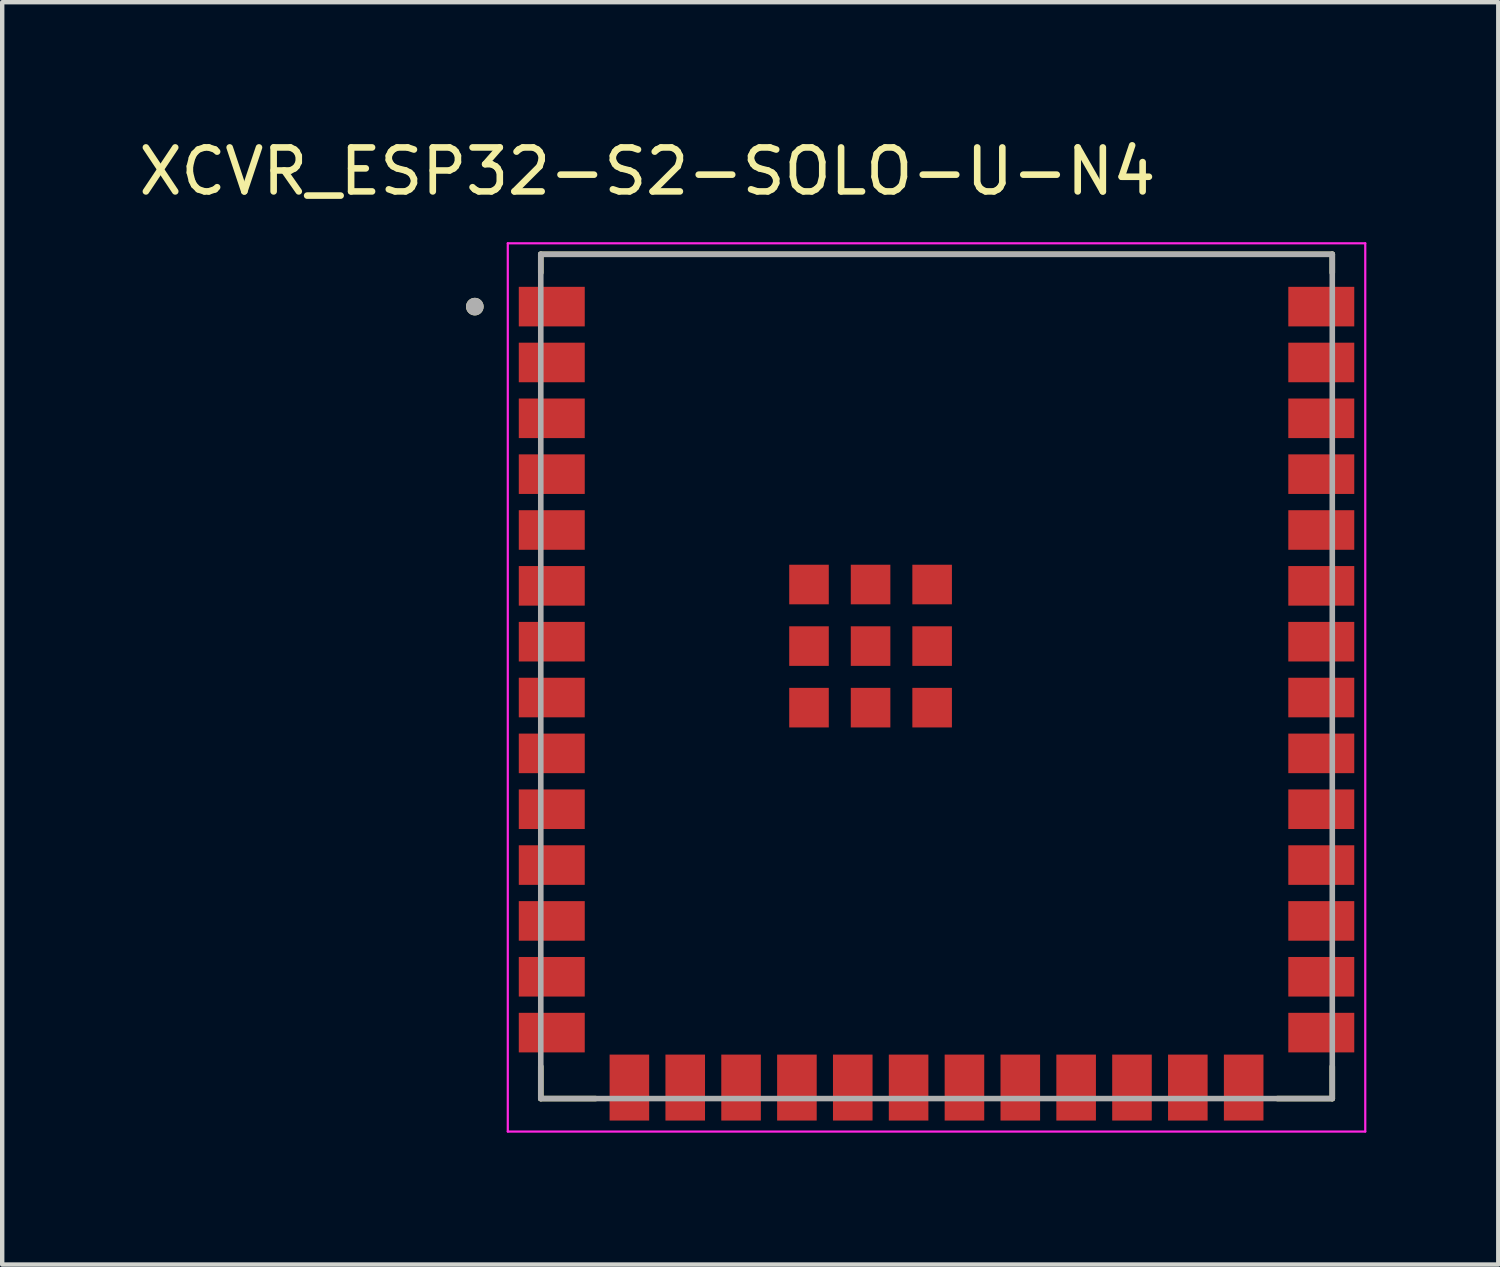
<source format=kicad_pcb>
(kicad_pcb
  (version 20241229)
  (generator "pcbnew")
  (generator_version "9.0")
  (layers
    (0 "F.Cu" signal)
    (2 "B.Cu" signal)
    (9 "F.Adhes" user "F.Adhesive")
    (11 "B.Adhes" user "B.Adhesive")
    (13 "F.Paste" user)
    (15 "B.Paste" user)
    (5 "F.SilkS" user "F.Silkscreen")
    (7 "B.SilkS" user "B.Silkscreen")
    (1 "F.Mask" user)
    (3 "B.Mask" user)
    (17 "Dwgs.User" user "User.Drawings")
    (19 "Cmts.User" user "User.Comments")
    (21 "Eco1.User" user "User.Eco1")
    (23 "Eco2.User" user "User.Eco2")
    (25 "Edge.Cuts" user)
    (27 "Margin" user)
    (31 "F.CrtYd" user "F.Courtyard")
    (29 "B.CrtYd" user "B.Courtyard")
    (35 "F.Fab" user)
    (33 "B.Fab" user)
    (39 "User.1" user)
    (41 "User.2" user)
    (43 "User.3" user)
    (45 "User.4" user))
  (footprint "XCVR_ESP32-S2-SOLO-U-N4"
    (layer "F.Cu")
    (at 18.248 12.333)
    (property "Reference" "XCVR_ESP32-S2-SOLO-U-N4" (at -6.575 -11.485 0) (layer "F.SilkS") (effects (font (size 1 1) (thickness 0.15))))
    (attr smd)
    (fp_line (start -9 -9.6) (end 9 -9.6) (stroke (width 0.127) (type solid)) (layer "F.SilkS"))
    (fp_line (start -9 -9.18) (end -9 -9.6) (stroke (width 0.127) (type solid)) (layer "F.SilkS"))
    (fp_line (start -9 9.6) (end -9 8.87) (stroke (width 0.127) (type solid)) (layer "F.SilkS"))
    (fp_line (start -7.755 9.6) (end -9 9.6) (stroke (width 0.127) (type solid)) (layer "F.SilkS"))
    (fp_line (start 9 -9.6) (end 9 -9.18) (stroke (width 0.127) (type solid)) (layer "F.SilkS"))
    (fp_line (start 9 9.6) (end 7.755 9.6) (stroke (width 0.127) (type solid)) (layer "F.SilkS"))
    (fp_line (start 9 9.6) (end 9 8.87) (stroke (width 0.127) (type solid)) (layer "F.SilkS"))
    (fp_circle (center -10.5 -8.41) (end -10.4 -8.41) (stroke (width 0.2) (type solid)) (fill no) (layer "F.SilkS"))
    (fp_line (start -9.75 -9.85) (end -9.75 10.35) (stroke (width 0.05) (type solid)) (layer "F.CrtYd"))
    (fp_line (start -9.75 10.35) (end 9.75 10.35) (stroke (width 0.05) (type solid)) (layer "F.CrtYd"))
    (fp_line (start 9.75 -9.85) (end -9.75 -9.85) (stroke (width 0.05) (type solid)) (layer "F.CrtYd"))
    (fp_line (start 9.75 10.35) (end 9.75 -9.85) (stroke (width 0.05) (type solid)) (layer "F.CrtYd"))
    (fp_line (start -9 -9.6) (end 9 -9.6) (stroke (width 0.127) (type solid)) (layer "F.Fab"))
    (fp_line (start -9 9.6) (end -9 -9.6) (stroke (width 0.127) (type solid)) (layer "F.Fab"))
    (fp_line (start 9 -9.6) (end 9 9.6) (stroke (width 0.127) (type solid)) (layer "F.Fab"))
    (fp_line (start 9 9.6) (end -9 9.6) (stroke (width 0.127) (type solid)) (layer "F.Fab"))
    (fp_circle (center -10.5 -8.41) (end -10.4 -8.41) (stroke (width 0.2) (type solid)) (fill no) (layer "F.Fab"))
    (pad "1" smd rect (at -8.75 -8.41) (size 1.5 0.9) (layers "F.Cu" "F.Mask" "F.Paste"))
    (pad "2" smd rect (at -8.75 -7.14) (size 1.5 0.9) (layers "F.Cu" "F.Mask" "F.Paste"))
    (pad "3" smd rect (at -8.75 -5.87) (size 1.5 0.9) (layers "F.Cu" "F.Mask" "F.Paste"))
    (pad "4" smd rect (at -8.75 -4.6) (size 1.5 0.9) (layers "F.Cu" "F.Mask" "F.Paste"))
    (pad "5" smd rect (at -8.75 -3.33) (size 1.5 0.9) (layers "F.Cu" "F.Mask" "F.Paste"))
    (pad "6" smd rect (at -8.75 -2.06) (size 1.5 0.9) (layers "F.Cu" "F.Mask" "F.Paste"))
    (pad "7" smd rect (at -8.75 -0.79) (size 1.5 0.9) (layers "F.Cu" "F.Mask" "F.Paste"))
    (pad "8" smd rect (at -8.75 0.48) (size 1.5 0.9) (layers "F.Cu" "F.Mask" "F.Paste"))
    (pad "9" smd rect (at -8.75 1.75) (size 1.5 0.9) (layers "F.Cu" "F.Mask" "F.Paste"))
    (pad "10" smd rect (at -8.75 3.02) (size 1.5 0.9) (layers "F.Cu" "F.Mask" "F.Paste"))
    (pad "11" smd rect (at -8.75 4.29) (size 1.5 0.9) (layers "F.Cu" "F.Mask" "F.Paste"))
    (pad "12" smd rect (at -8.75 5.56) (size 1.5 0.9) (layers "F.Cu" "F.Mask" "F.Paste"))
    (pad "13" smd rect (at -8.75 6.83) (size 1.5 0.9) (layers "F.Cu" "F.Mask" "F.Paste"))
    (pad "14" smd rect (at -8.75 8.1) (size 1.5 0.9) (layers "F.Cu" "F.Mask" "F.Paste"))
    (pad "15" smd rect (at -6.985 9.35) (size 0.9 1.5) (layers "F.Cu" "F.Mask" "F.Paste"))
    (pad "16" smd rect (at -5.715 9.35) (size 0.9 1.5) (layers "F.Cu" "F.Mask" "F.Paste"))
    (pad "17" smd rect (at -4.445 9.35) (size 0.9 1.5) (layers "F.Cu" "F.Mask" "F.Paste"))
    (pad "18" smd rect (at -3.175 9.35) (size 0.9 1.5) (layers "F.Cu" "F.Mask" "F.Paste"))
    (pad "19" smd rect (at -1.905 9.35) (size 0.9 1.5) (layers "F.Cu" "F.Mask" "F.Paste"))
    (pad "20" smd rect (at -0.635 9.35) (size 0.9 1.5) (layers "F.Cu" "F.Mask" "F.Paste"))
    (pad "21" smd rect (at 0.635 9.35) (size 0.9 1.5) (layers "F.Cu" "F.Mask" "F.Paste"))
    (pad "22" smd rect (at 1.905 9.35) (size 0.9 1.5) (layers "F.Cu" "F.Mask" "F.Paste"))
    (pad "23" smd rect (at 3.175 9.35) (size 0.9 1.5) (layers "F.Cu" "F.Mask" "F.Paste"))
    (pad "24" smd rect (at 4.445 9.35) (size 0.9 1.5) (layers "F.Cu" "F.Mask" "F.Paste"))
    (pad "25" smd rect (at 5.715 9.35) (size 0.9 1.5) (layers "F.Cu" "F.Mask" "F.Paste"))
    (pad "26" smd rect (at 6.985 9.35) (size 0.9 1.5) (layers "F.Cu" "F.Mask" "F.Paste"))
    (pad "27" smd rect (at 8.75 8.1) (size 1.5 0.9) (layers "F.Cu" "F.Mask" "F.Paste"))
    (pad "28" smd rect (at 8.75 6.83) (size 1.5 0.9) (layers "F.Cu" "F.Mask" "F.Paste"))
    (pad "29" smd rect (at 8.75 5.56) (size 1.5 0.9) (layers "F.Cu" "F.Mask" "F.Paste"))
    (pad "30" smd rect (at 8.75 4.29) (size 1.5 0.9) (layers "F.Cu" "F.Mask" "F.Paste"))
    (pad "31" smd rect (at 8.75 3.02) (size 1.5 0.9) (layers "F.Cu" "F.Mask" "F.Paste"))
    (pad "32" smd rect (at 8.75 1.75) (size 1.5 0.9) (layers "F.Cu" "F.Mask" "F.Paste"))
    (pad "33" smd rect (at 8.75 0.48) (size 1.5 0.9) (layers "F.Cu" "F.Mask" "F.Paste"))
    (pad "34" smd rect (at 8.75 -0.79) (size 1.5 0.9) (layers "F.Cu" "F.Mask" "F.Paste"))
    (pad "35" smd rect (at 8.75 -2.06) (size 1.5 0.9) (layers "F.Cu" "F.Mask" "F.Paste"))
    (pad "36" smd rect (at 8.75 -3.33) (size 1.5 0.9) (layers "F.Cu" "F.Mask" "F.Paste"))
    (pad "37" smd rect (at 8.75 -4.6) (size 1.5 0.9) (layers "F.Cu" "F.Mask" "F.Paste"))
    (pad "38" smd rect (at 8.75 -5.87) (size 1.5 0.9) (layers "F.Cu" "F.Mask" "F.Paste"))
    (pad "39" smd rect (at 8.75 -7.14) (size 1.5 0.9) (layers "F.Cu" "F.Mask" "F.Paste"))
    (pad "40" smd rect (at 8.75 -8.41) (size 1.5 0.9) (layers "F.Cu" "F.Mask" "F.Paste"))
    (pad "41_1" smd rect (at -2.9 -2.09) (size 0.9 0.9) (layers "F.Cu" "F.Mask" "F.Paste"))
    (pad "41_2" smd rect (at -1.5 -2.09) (size 0.9 0.9) (layers "F.Cu" "F.Mask" "F.Paste"))
    (pad "41_3" smd rect (at -0.1 -2.09) (size 0.9 0.9) (layers "F.Cu" "F.Mask" "F.Paste"))
    (pad "41_4" smd rect (at -2.9 -0.69) (size 0.9 0.9) (layers "F.Cu" "F.Mask" "F.Paste"))
    (pad "41_5" smd rect (at -1.5 -0.69) (size 0.9 0.9) (layers "F.Cu" "F.Mask" "F.Paste"))
    (pad "41_6" smd rect (at -0.1 -0.69) (size 0.9 0.9) (layers "F.Cu" "F.Mask" "F.Paste"))
    (pad "41_7" smd rect (at -2.9 0.71) (size 0.9 0.9) (layers "F.Cu" "F.Mask" "F.Paste"))
    (pad "41_8" smd rect (at -1.5 0.71) (size 0.9 0.9) (layers "F.Cu" "F.Mask" "F.Paste"))
    (pad "41_9" smd rect (at -0.1 0.71) (size 0.9 0.9) (layers "F.Cu" "F.Mask" "F.Paste")))
  (gr_rect
    (start -3 -3)
    (end 31.023 25.708)
    (stroke (width 0.1) (type default))
    (fill no)
    (layer "Edge.Cuts")))
</source>
